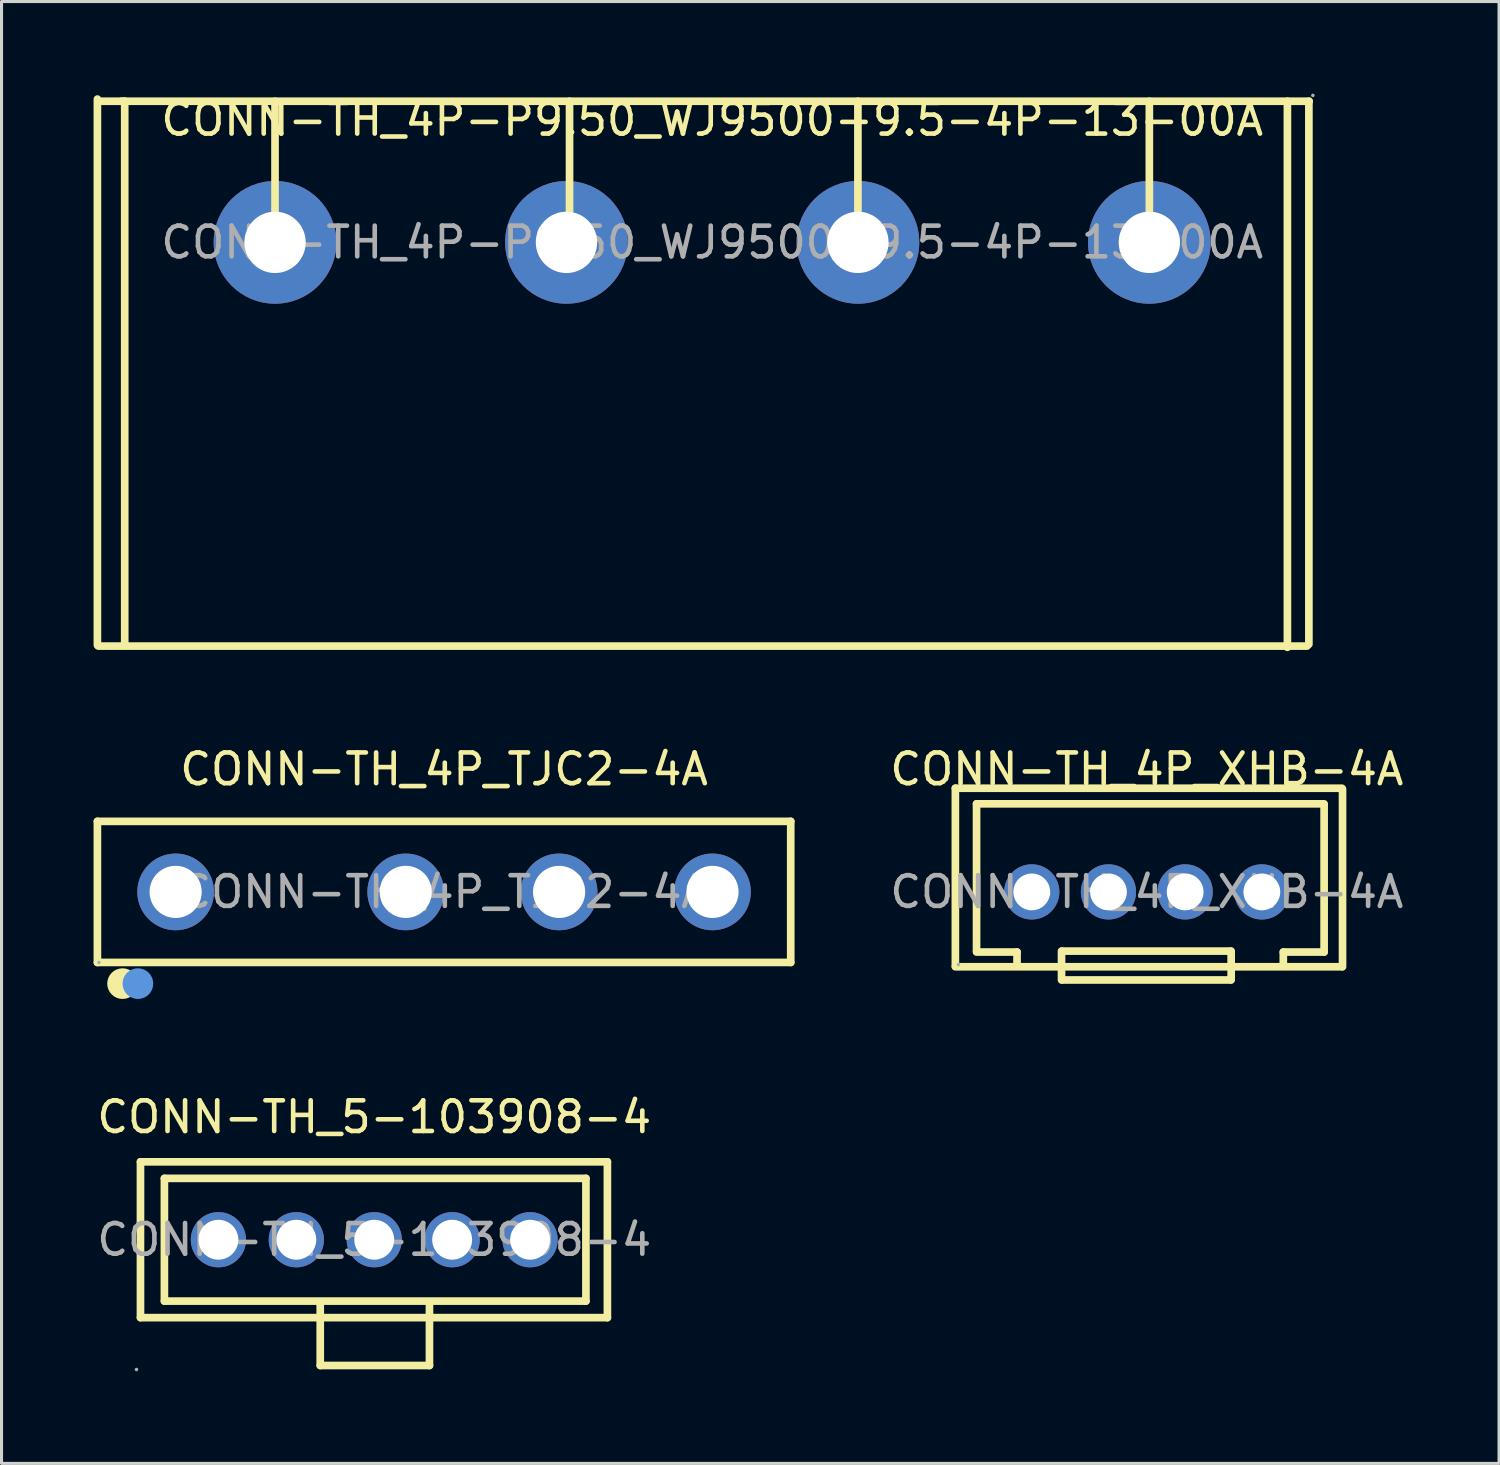
<source format=kicad_pcb>
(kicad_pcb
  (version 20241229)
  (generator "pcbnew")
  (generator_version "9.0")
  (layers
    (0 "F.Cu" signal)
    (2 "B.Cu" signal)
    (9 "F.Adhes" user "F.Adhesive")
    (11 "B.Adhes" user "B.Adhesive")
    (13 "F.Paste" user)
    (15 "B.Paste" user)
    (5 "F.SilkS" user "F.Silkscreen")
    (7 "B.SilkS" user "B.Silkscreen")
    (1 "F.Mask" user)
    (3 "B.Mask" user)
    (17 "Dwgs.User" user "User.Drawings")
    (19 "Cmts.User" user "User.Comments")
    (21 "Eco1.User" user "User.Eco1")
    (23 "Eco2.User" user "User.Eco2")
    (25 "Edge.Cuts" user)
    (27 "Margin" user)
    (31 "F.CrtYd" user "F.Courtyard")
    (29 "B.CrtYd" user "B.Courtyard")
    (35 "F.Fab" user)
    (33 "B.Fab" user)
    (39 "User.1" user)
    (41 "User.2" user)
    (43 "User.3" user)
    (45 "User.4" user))
  (footprint "CONN-TH_5-103908-4"
    (layer "F.Cu")
    (at 9.149 37.361)
    (property "Reference" "CONN-TH_5-103908-4" (at 0 -4 0) (layer "F.SilkS") (effects (font (size 1 1) (thickness 0.15))))
    (attr through_hole)
    (fp_line (start -7.62 -2.54) (end -7.62 2.54) (stroke (width 0.25) (type solid)) (layer "F.SilkS"))
    (fp_line (start -7.62 2.54) (end 7.6 2.54) (stroke (width 0.25) (type solid)) (layer "F.SilkS"))
    (fp_line (start -6.84 -2) (end 6.9 -2) (stroke (width 0.25) (type solid)) (layer "F.SilkS"))
    (fp_line (start -6.84 2) (end -6.84 -2) (stroke (width 0.25) (type solid)) (layer "F.SilkS"))
    (fp_line (start -1.76 2.07) (end -1.76 2.07) (stroke (width 0.25) (type solid)) (layer "F.SilkS"))
    (fp_line (start -1.76 4.1) (end -1.76 2.07) (stroke (width 0.25) (type solid)) (layer "F.SilkS"))
    (fp_line (start 1.8 4.1) (end -1.76 4.1) (stroke (width 0.25) (type solid)) (layer "F.SilkS"))
    (fp_line (start 1.8 4.1) (end 1.8 2.07) (stroke (width 0.25) (type solid)) (layer "F.SilkS"))
    (fp_line (start 6.9 -2) (end 6.9 2) (stroke (width 0.25) (type solid)) (layer "F.SilkS"))
    (fp_line (start 6.9 2) (end -6.84 2) (stroke (width 0.25) (type solid)) (layer "F.SilkS"))
    (fp_line (start 7.6 -2.54) (end -7.62 -2.54) (stroke (width 0.25) (type solid)) (layer "F.SilkS"))
    (fp_line (start 7.6 2.54) (end 7.6 -2.54) (stroke (width 0.25) (type solid)) (layer "F.SilkS"))
    (fp_circle (center -7.75 4.23) (end -7.72 4.23) (stroke (width 0.06) (type solid)) (fill no) (layer "F.Fab"))
    (fp_circle (center -5.08 0) (end -4.8 0) (stroke (width 0.55) (type solid)) (fill no) (layer "F.Fab"))
    (fp_circle (center -2.54 0) (end -2.26 0) (stroke (width 0.55) (type solid)) (fill no) (layer "F.Fab"))
    (fp_circle (center 0 0) (end 0.28 0) (stroke (width 0.55) (type solid)) (fill no) (layer "F.Fab"))
    (fp_circle (center 2.54 0) (end 2.82 0) (stroke (width 0.55) (type solid)) (fill no) (layer "F.Fab"))
    (fp_circle (center 5.08 0) (end 5.36 0) (stroke (width 0.55) (type solid)) (fill no) (layer "F.Fab"))
    (fp_text user "${REFERENCE}" (at 0 0 0) (layer "F.Fab") (effects (font (size 1 1) (thickness 0.15))))
    (pad "1" thru_hole circle (at -5.08 0) (size 1.8 1.8) (drill 1.3) (layers "*.Cu" "*.Paste" "*.Mask"))
    (pad "2" thru_hole circle (at -2.54 0) (size 1.8 1.8) (drill 1.3) (layers "*.Cu" "*.Paste" "*.Mask"))
    (pad "3" thru_hole circle (at 0 0) (size 1.8 1.8) (drill 1.3) (layers "*.Cu" "*.Paste" "*.Mask"))
    (pad "4" thru_hole circle (at 2.54 0) (size 1.8 1.8) (drill 1.3) (layers "*.Cu" "*.Paste" "*.Mask"))
    (pad "5" thru_hole circle (at 5.08 0) (size 1.8 1.8) (drill 1.3) (layers "*.Cu" "*.Paste" "*.Mask")))
  (footprint "CONN-TH_4P_TJC2-4A"
    (layer "F.Cu")
    (at 11.425 26.023)
    (property "Reference" "CONN-TH_4P_TJC2-4A" (at 0 -4 0) (layer "F.SilkS") (effects (font (size 1 1) (thickness 0.15))))
    (attr through_hole)
    (fp_line (start -11.3 -2.3) (end -11.3 2.3) (stroke (width 0.25) (type solid)) (layer "F.SilkS"))
    (fp_line (start -11.3 -2.3) (end 11.3 -2.3) (stroke (width 0.25) (type solid)) (layer "F.SilkS"))
    (fp_line (start -11.3 2.3) (end 11.3 2.3) (stroke (width 0.25) (type solid)) (layer "F.SilkS"))
    (fp_line (start 11.3 -2.3) (end 11.3 2.3) (stroke (width 0.25) (type solid)) (layer "F.SilkS"))
    (fp_circle (center -10.48 2.99) (end -10.23 2.99) (stroke (width 0.5) (type solid)) (fill no) (layer "F.SilkS"))
    (fp_circle (center -9.98 2.99) (end -9.73 2.99) (stroke (width 0.5) (type solid)) (fill no) (layer "Cmts.User"))
    (fp_circle (center -11.25 2.3) (end -11.22 2.3) (stroke (width 0.06) (type solid)) (fill no) (layer "F.Fab"))
    (fp_circle (center -8.75 0) (end -8.36 0) (stroke (width 0.78) (type solid)) (fill no) (layer "F.Fab"))
    (fp_circle (center -1.25 0) (end -0.86 0) (stroke (width 0.78) (type solid)) (fill no) (layer "F.Fab"))
    (fp_circle (center 3.75 0) (end 4.14 0) (stroke (width 0.78) (type solid)) (fill no) (layer "F.Fab"))
    (fp_circle (center 8.75 0) (end 9.14 0) (stroke (width 0.78) (type solid)) (fill no) (layer "F.Fab"))
    (fp_text user "${REFERENCE}" (at 0 0 0) (layer "F.Fab") (effects (font (size 1 1) (thickness 0.15))))
    (pad "1" thru_hole circle (at -8.75 0) (size 2.5 2.5) (drill 1.7) (layers "*.Cu" "*.Paste" "*.Mask"))
    (pad "2" thru_hole circle (at -1.25 0) (size 2.5 2.5) (drill 1.7) (layers "*.Cu" "*.Paste" "*.Mask"))
    (pad "3" thru_hole circle (at 3.75 0) (size 2.5 2.5) (drill 1.7) (layers "*.Cu" "*.Paste" "*.Mask"))
    (pad "4" thru_hole circle (at 8.75 0) (size 2.5 2.5) (drill 1.7) (layers "*.Cu" "*.Paste" "*.Mask")))
  (footprint "CONN-TH_4P-P9.50_WJ9500-9.5-4P-13-00A"
    (layer "F.Cu")
    (at 20.165 4.85)
    (property "Reference" "CONN-TH_4P-P9.50_WJ9500-9.5-4P-13-00A" (at 0 -4 0) (layer "F.SilkS") (effects (font (size 1 1) (thickness 0.15))))
    (attr through_hole)
    (fp_line (start -20.04 13.13) (end -20.04 -4.67) (stroke (width 0.25) (type solid)) (layer "F.SilkS"))
    (fp_line (start -20.01 13.16) (end 19.39 13.16) (stroke (width 0.25) (type solid)) (layer "F.SilkS"))
    (fp_line (start -19.15 -4.6) (end -19.25 -4.6) (stroke (width 0.25) (type solid)) (layer "F.SilkS"))
    (fp_line (start -19.15 13.1) (end -19.15 -4.6) (stroke (width 0.25) (type solid)) (layer "F.SilkS"))
    (fp_line (start -14.25 0) (end -14.25 -4.6) (stroke (width 0.25) (type solid)) (layer "F.SilkS"))
    (fp_line (start -4.65 0) (end -4.65 -4.6) (stroke (width 0.25) (type solid)) (layer "F.SilkS"))
    (fp_line (start 4.75 0) (end 4.75 -4.6) (stroke (width 0.25) (type solid)) (layer "F.SilkS"))
    (fp_line (start 14.25 0) (end 14.25 -4.6) (stroke (width 0.25) (type solid)) (layer "F.SilkS"))
    (fp_line (start 18.75 13.2) (end 18.75 -4.6) (stroke (width 0.25) (type solid)) (layer "F.SilkS"))
    (fp_line (start 19.45 -4.6) (end 19.45 13.1) (stroke (width 0.25) (type solid)) (layer "F.SilkS"))
    (fp_line (start 19.46 -4.6) (end -19.94 -4.6) (stroke (width 0.25) (type solid)) (layer "F.SilkS"))
    (fp_circle (center -14.25 0) (end -13.8 0) (stroke (width 0.9) (type solid)) (fill no) (layer "F.Fab"))
    (fp_circle (center -4.75 0) (end -4.3 0) (stroke (width 0.9) (type solid)) (fill no) (layer "F.Fab"))
    (fp_circle (center 4.75 0) (end 5.2 0) (stroke (width 0.9) (type solid)) (fill no) (layer "F.Fab"))
    (fp_circle (center 14.25 0) (end 14.7 0) (stroke (width 0.9) (type solid)) (fill no) (layer "F.Fab"))
    (fp_circle (center 19.58 -4.79) (end 19.61 -4.79) (stroke (width 0.06) (type solid)) (fill no) (layer "F.Fab"))
    (fp_text user "${REFERENCE}" (at 0 0 0) (layer "F.Fab") (effects (font (size 1 1) (thickness 0.15))))
    (pad "1" thru_hole circle (at 14.25 0) (size 4 4) (drill 2) (layers "*.Cu" "*.Paste" "*.Mask"))
    (pad "2" thru_hole circle (at 4.75 0) (size 4 4) (drill 2) (layers "*.Cu" "*.Paste" "*.Mask"))
    (pad "3" thru_hole circle (at -4.75 0) (size 4 4) (drill 2) (layers "*.Cu" "*.Paste" "*.Mask"))
    (pad "4" thru_hole circle (at -14.25 0) (size 4 4) (drill 2) (layers "*.Cu" "*.Paste" "*.Mask")))
  (footprint "CONN-TH_4P_XHB-4A"
    (layer "F.Cu")
    (at 34.332 26.023)
    (property "Reference" "CONN-TH_4P_XHB-4A" (at 0 -4 0) (layer "F.SilkS") (effects (font (size 1 1) (thickness 0.15))))
    (attr through_hole)
    (fp_line (start -6.24 -3.38) (end -6.24 2.42) (stroke (width 0.25) (type solid)) (layer "F.SilkS"))
    (fp_line (start -6.24 -3.38) (end 6.36 -3.38) (stroke (width 0.25) (type solid)) (layer "F.SilkS"))
    (fp_line (start -6.24 2.44) (end 6.36 2.44) (stroke (width 0.25) (type solid)) (layer "F.SilkS"))
    (fp_line (start -5.55 -2.87) (end -5.55 1.93) (stroke (width 0.25) (type solid)) (layer "F.SilkS"))
    (fp_line (start -5.55 -2.87) (end 5.78 -2.87) (stroke (width 0.25) (type solid)) (layer "F.SilkS"))
    (fp_line (start -4.23 1.96) (end -5.55 1.96) (stroke (width 0.25) (type solid)) (layer "F.SilkS"))
    (fp_line (start -4.23 1.96) (end -4.23 2.39) (stroke (width 0.25) (type solid)) (layer "F.SilkS"))
    (fp_line (start -2.78 1.93) (end -2.78 2.36) (stroke (width 0.25) (type solid)) (layer "F.SilkS"))
    (fp_line (start -2.78 2.87) (end -2.78 2.44) (stroke (width 0.25) (type solid)) (layer "F.SilkS"))
    (fp_line (start -2.76 1.93) (end 2.73 1.93) (stroke (width 0.25) (type solid)) (layer "F.SilkS"))
    (fp_line (start 2.73 2.87) (end -2.76 2.87) (stroke (width 0.25) (type solid)) (layer "F.SilkS"))
    (fp_line (start 2.75 1.93) (end 2.75 2.36) (stroke (width 0.25) (type solid)) (layer "F.SilkS"))
    (fp_line (start 2.75 2.87) (end 2.75 2.44) (stroke (width 0.25) (type solid)) (layer "F.SilkS"))
    (fp_line (start 4.45 1.96) (end 4.45 2.39) (stroke (width 0.25) (type solid)) (layer "F.SilkS"))
    (fp_line (start 4.45 1.96) (end 5.78 1.96) (stroke (width 0.25) (type solid)) (layer "F.SilkS"))
    (fp_line (start 5.78 -2.84) (end 5.78 1.96) (stroke (width 0.25) (type solid)) (layer "F.SilkS"))
    (fp_line (start 6.38 -3.35) (end 6.38 2.44) (stroke (width 0.25) (type solid)) (layer "F.SilkS"))
    (fp_circle (center -6.14 2.37) (end -6.11 2.37) (stroke (width 0.06) (type solid)) (fill no) (layer "F.Fab"))
    (fp_circle (center -3.75 0) (end -3.59 0) (stroke (width 0.32) (type solid)) (fill no) (layer "F.Fab"))
    (fp_circle (center -1.25 0) (end -1.09 0) (stroke (width 0.32) (type solid)) (fill no) (layer "F.Fab"))
    (fp_circle (center 1.25 0) (end 1.41 0) (stroke (width 0.32) (type solid)) (fill no) (layer "F.Fab"))
    (fp_circle (center 3.75 0) (end 3.91 0) (stroke (width 0.32) (type solid)) (fill no) (layer "F.Fab"))
    (fp_text user "${REFERENCE}" (at 0 0 0) (layer "F.Fab") (effects (font (size 1 1) (thickness 0.15))))
    (pad "1" thru_hole circle (at -3.75 0) (size 1.8 1.8) (drill 1.199) (layers "*.Cu" "*.Paste" "*.Mask"))
    (pad "2" thru_hole circle (at -1.25 0) (size 1.8 1.8) (drill 1.199) (layers "*.Cu" "*.Paste" "*.Mask"))
    (pad "3" thru_hole circle (at 1.25 0) (size 1.8 1.8) (drill 1.199) (layers "*.Cu" "*.Paste" "*.Mask"))
    (pad "4" thru_hole circle (at 3.75 0) (size 1.8 1.8) (drill 1.199) (layers "*.Cu" "*.Paste" "*.Mask")))
  (gr_rect
    (start -3 -3)
    (end 45.814 44.651)
    (stroke (width 0.1) (type default))
    (fill no)
    (layer "Edge.Cuts")))
</source>
